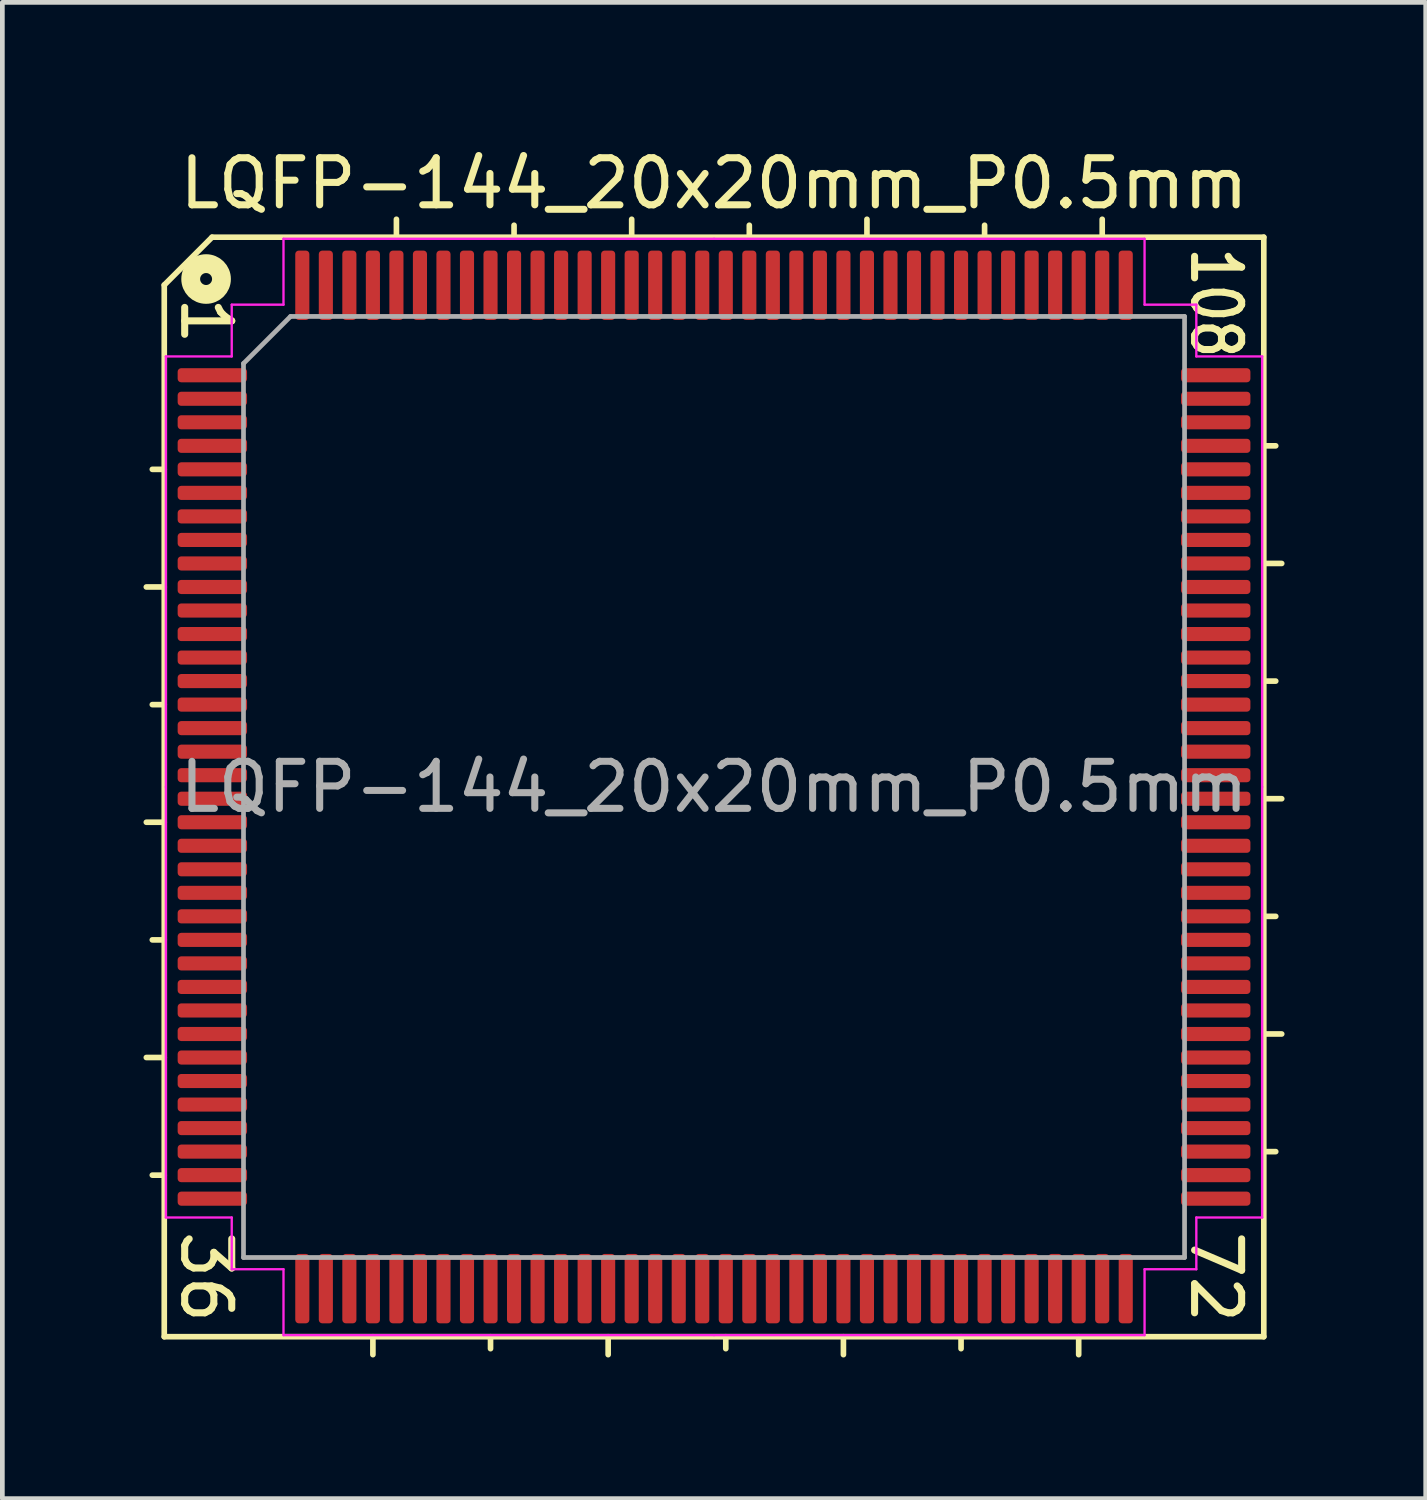
<source format=kicad_pcb>
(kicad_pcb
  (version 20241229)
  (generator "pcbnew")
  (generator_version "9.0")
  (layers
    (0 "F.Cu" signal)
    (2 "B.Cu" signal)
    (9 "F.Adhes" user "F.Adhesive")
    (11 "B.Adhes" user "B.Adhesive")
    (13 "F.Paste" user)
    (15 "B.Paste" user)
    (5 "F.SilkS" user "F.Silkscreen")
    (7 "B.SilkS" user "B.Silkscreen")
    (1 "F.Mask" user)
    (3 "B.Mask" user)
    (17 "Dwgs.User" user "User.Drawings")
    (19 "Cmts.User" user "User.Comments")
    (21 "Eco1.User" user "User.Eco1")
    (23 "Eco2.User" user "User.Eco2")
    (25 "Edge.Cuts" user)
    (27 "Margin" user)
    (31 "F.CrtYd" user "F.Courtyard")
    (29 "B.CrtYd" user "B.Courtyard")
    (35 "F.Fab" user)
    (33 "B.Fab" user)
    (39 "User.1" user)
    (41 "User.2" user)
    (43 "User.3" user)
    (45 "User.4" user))
  (footprint "LQFP-144_20x20mm_P0.5mm"
    (layer "F.Cu")
    (at 12.125 13.675)
    (property "Reference" "LQFP-144_20x20mm_P0.5mm" (at 0 -12.827 0) (layer "F.SilkS") (effects (font (size 1 1) (thickness 0.15))))
    (attr smd)
    (fp_line (start -11.684 -10.668) (end -11.684 11.684) (stroke (width 0.12) (type solid)) (layer "F.SilkS"))
    (fp_line (start -11.684 -6.75) (end -11.938 -6.75) (stroke (width 0.12) (type solid)) (layer "F.SilkS"))
    (fp_line (start -11.684 -4.25) (end -12.065 -4.25) (stroke (width 0.12) (type solid)) (layer "F.SilkS"))
    (fp_line (start -11.684 -1.75) (end -11.938 -1.75) (stroke (width 0.12) (type solid)) (layer "F.SilkS"))
    (fp_line (start -11.684 0.75) (end -12.065 0.75) (stroke (width 0.12) (type solid)) (layer "F.SilkS"))
    (fp_line (start -11.684 3.25) (end -11.938 3.25) (stroke (width 0.12) (type solid)) (layer "F.SilkS"))
    (fp_line (start -11.684 5.75) (end -12.065 5.75) (stroke (width 0.12) (type solid)) (layer "F.SilkS"))
    (fp_line (start -11.684 8.25) (end -11.938 8.25) (stroke (width 0.12) (type solid)) (layer "F.SilkS"))
    (fp_line (start -11.684 11.684) (end 11.684 11.684) (stroke (width 0.12) (type solid)) (layer "F.SilkS"))
    (fp_line (start -10.668 -11.684) (end -11.684 -10.668) (stroke (width 0.12) (type solid)) (layer "F.SilkS"))
    (fp_line (start -7.25 11.684) (end -7.25 12.065) (stroke (width 0.12) (type solid)) (layer "F.SilkS"))
    (fp_line (start -6.75 -11.684) (end -6.75 -12.065) (stroke (width 0.12) (type solid)) (layer "F.SilkS"))
    (fp_line (start -4.75 11.684) (end -4.75 11.938) (stroke (width 0.12) (type solid)) (layer "F.SilkS"))
    (fp_line (start -4.25 -11.684) (end -4.25 -11.938) (stroke (width 0.12) (type solid)) (layer "F.SilkS"))
    (fp_line (start -2.25 11.684) (end -2.25 12.065) (stroke (width 0.12) (type solid)) (layer "F.SilkS"))
    (fp_line (start -1.75 -11.684) (end -1.75 -12.065) (stroke (width 0.12) (type solid)) (layer "F.SilkS"))
    (fp_line (start 0.25 11.684) (end 0.25 11.938) (stroke (width 0.12) (type solid)) (layer "F.SilkS"))
    (fp_line (start 0.75 -11.684) (end 0.75 -11.938) (stroke (width 0.12) (type solid)) (layer "F.SilkS"))
    (fp_line (start 2.75 11.684) (end 2.75 12.065) (stroke (width 0.12) (type solid)) (layer "F.SilkS"))
    (fp_line (start 3.25 -11.684) (end 3.25 -12.065) (stroke (width 0.12) (type solid)) (layer "F.SilkS"))
    (fp_line (start 5.25 11.684) (end 5.25 11.938) (stroke (width 0.12) (type solid)) (layer "F.SilkS"))
    (fp_line (start 5.75 -11.684) (end 5.75 -11.938) (stroke (width 0.12) (type solid)) (layer "F.SilkS"))
    (fp_line (start 7.75 11.684) (end 7.75 12.065) (stroke (width 0.12) (type solid)) (layer "F.SilkS"))
    (fp_line (start 8.25 -11.684) (end 8.25 -12.065) (stroke (width 0.12) (type solid)) (layer "F.SilkS"))
    (fp_line (start 11.684 -11.684) (end -10.668 -11.684) (stroke (width 0.12) (type solid)) (layer "F.SilkS"))
    (fp_line (start 11.684 -7.25) (end 11.938 -7.25) (stroke (width 0.12) (type solid)) (layer "F.SilkS"))
    (fp_line (start 11.684 -4.75) (end 12.065 -4.75) (stroke (width 0.12) (type solid)) (layer "F.SilkS"))
    (fp_line (start 11.684 -2.25) (end 11.938 -2.25) (stroke (width 0.12) (type solid)) (layer "F.SilkS"))
    (fp_line (start 11.684 0.25) (end 12.065 0.25) (stroke (width 0.12) (type solid)) (layer "F.SilkS"))
    (fp_line (start 11.684 2.75) (end 11.938 2.75) (stroke (width 0.12) (type solid)) (layer "F.SilkS"))
    (fp_line (start 11.684 5.25) (end 12.065 5.25) (stroke (width 0.12) (type solid)) (layer "F.SilkS"))
    (fp_line (start 11.684 7.75) (end 11.938 7.75) (stroke (width 0.12) (type solid)) (layer "F.SilkS"))
    (fp_line (start 11.684 11.684) (end 11.684 -11.684) (stroke (width 0.12) (type solid)) (layer "F.SilkS"))
    (fp_circle (center -10.795 -10.795) (end -10.668 -10.795) (stroke (width 0.4) (type solid)) (fill no) (layer "F.SilkS"))
    (fp_line (start -11.65 -9.15) (end -11.65 0) (stroke (width 0.05) (type solid)) (layer "F.CrtYd"))
    (fp_line (start -11.65 9.15) (end -11.65 0) (stroke (width 0.05) (type solid)) (layer "F.CrtYd"))
    (fp_line (start -10.25 -10.25) (end -10.25 -9.15) (stroke (width 0.05) (type solid)) (layer "F.CrtYd"))
    (fp_line (start -10.25 -9.15) (end -11.65 -9.15) (stroke (width 0.05) (type solid)) (layer "F.CrtYd"))
    (fp_line (start -10.25 9.15) (end -11.65 9.15) (stroke (width 0.05) (type solid)) (layer "F.CrtYd"))
    (fp_line (start -10.25 10.25) (end -10.25 9.15) (stroke (width 0.05) (type solid)) (layer "F.CrtYd"))
    (fp_line (start -9.15 -11.65) (end -9.15 -10.25) (stroke (width 0.05) (type solid)) (layer "F.CrtYd"))
    (fp_line (start -9.15 -10.25) (end -10.25 -10.25) (stroke (width 0.05) (type solid)) (layer "F.CrtYd"))
    (fp_line (start -9.15 10.25) (end -10.25 10.25) (stroke (width 0.05) (type solid)) (layer "F.CrtYd"))
    (fp_line (start -9.15 11.65) (end -9.15 10.25) (stroke (width 0.05) (type solid)) (layer "F.CrtYd"))
    (fp_line (start 0 -11.65) (end -9.15 -11.65) (stroke (width 0.05) (type solid)) (layer "F.CrtYd"))
    (fp_line (start 0 -11.65) (end 9.15 -11.65) (stroke (width 0.05) (type solid)) (layer "F.CrtYd"))
    (fp_line (start 0 11.65) (end -9.15 11.65) (stroke (width 0.05) (type solid)) (layer "F.CrtYd"))
    (fp_line (start 0 11.65) (end 9.15 11.65) (stroke (width 0.05) (type solid)) (layer "F.CrtYd"))
    (fp_line (start 9.15 -11.65) (end 9.15 -10.25) (stroke (width 0.05) (type solid)) (layer "F.CrtYd"))
    (fp_line (start 9.15 -10.25) (end 10.25 -10.25) (stroke (width 0.05) (type solid)) (layer "F.CrtYd"))
    (fp_line (start 9.15 10.25) (end 10.25 10.25) (stroke (width 0.05) (type solid)) (layer "F.CrtYd"))
    (fp_line (start 9.15 11.65) (end 9.15 10.25) (stroke (width 0.05) (type solid)) (layer "F.CrtYd"))
    (fp_line (start 10.25 -10.25) (end 10.25 -9.15) (stroke (width 0.05) (type solid)) (layer "F.CrtYd"))
    (fp_line (start 10.25 -9.15) (end 11.65 -9.15) (stroke (width 0.05) (type solid)) (layer "F.CrtYd"))
    (fp_line (start 10.25 9.15) (end 11.65 9.15) (stroke (width 0.05) (type solid)) (layer "F.CrtYd"))
    (fp_line (start 10.25 10.25) (end 10.25 9.15) (stroke (width 0.05) (type solid)) (layer "F.CrtYd"))
    (fp_line (start 11.65 -9.15) (end 11.65 0) (stroke (width 0.05) (type solid)) (layer "F.CrtYd"))
    (fp_line (start 11.65 9.15) (end 11.65 0) (stroke (width 0.05) (type solid)) (layer "F.CrtYd"))
    (fp_line (start -10 -9) (end -9 -10) (stroke (width 0.1) (type solid)) (layer "F.Fab"))
    (fp_line (start -10 10) (end -10 -9) (stroke (width 0.1) (type solid)) (layer "F.Fab"))
    (fp_line (start -9 -10) (end 10 -10) (stroke (width 0.1) (type solid)) (layer "F.Fab"))
    (fp_line (start 10 -10) (end 10 10) (stroke (width 0.1) (type solid)) (layer "F.Fab"))
    (fp_line (start 10 10) (end -10 10) (stroke (width 0.1) (type solid)) (layer "F.Fab"))
    (fp_text user "36" (at -10.795 10.414 270) (unlocked yes) (layer "F.SilkS") (effects (font (size 1 1) (thickness 0.15))))
    (fp_text user "72" (at 10.668 10.414 270) (unlocked yes) (layer "F.SilkS") (effects (font (size 1 1) (thickness 0.15))))
    (fp_text user "108" (at 10.668 -10.287 270) (unlocked yes) (layer "F.SilkS") (effects (font (size 1 0.8) (thickness 0.15))))
    (fp_text user "1" (at -10.795 -9.906 270) (unlocked yes) (layer "F.SilkS") (effects (font (size 1 1) (thickness 0.15))))
    (fp_text user "${REFERENCE}" (at 0 0 0) (layer "F.Fab") (effects (font (size 1 1) (thickness 0.15))))
    (pad "1" smd roundrect (at -10.662 -8.75) (size 1.475 0.3) (layers "F.Cu" "F.Mask" "F.Paste") (roundrect_rratio 0.25))
    (pad "2" smd roundrect (at -10.662 -8.25) (size 1.475 0.3) (layers "F.Cu" "F.Mask" "F.Paste") (roundrect_rratio 0.25))
    (pad "3" smd roundrect (at -10.662 -7.75) (size 1.475 0.3) (layers "F.Cu" "F.Mask" "F.Paste") (roundrect_rratio 0.25))
    (pad "4" smd roundrect (at -10.662 -7.25) (size 1.475 0.3) (layers "F.Cu" "F.Mask" "F.Paste") (roundrect_rratio 0.25))
    (pad "5" smd roundrect (at -10.662 -6.75) (size 1.475 0.3) (layers "F.Cu" "F.Mask" "F.Paste") (roundrect_rratio 0.25))
    (pad "6" smd roundrect (at -10.662 -6.25) (size 1.475 0.3) (layers "F.Cu" "F.Mask" "F.Paste") (roundrect_rratio 0.25))
    (pad "7" smd roundrect (at -10.662 -5.75) (size 1.475 0.3) (layers "F.Cu" "F.Mask" "F.Paste") (roundrect_rratio 0.25))
    (pad "8" smd roundrect (at -10.662 -5.25) (size 1.475 0.3) (layers "F.Cu" "F.Mask" "F.Paste") (roundrect_rratio 0.25))
    (pad "9" smd roundrect (at -10.662 -4.75) (size 1.475 0.3) (layers "F.Cu" "F.Mask" "F.Paste") (roundrect_rratio 0.25))
    (pad "10" smd roundrect (at -10.662 -4.25) (size 1.475 0.3) (layers "F.Cu" "F.Mask" "F.Paste") (roundrect_rratio 0.25))
    (pad "11" smd roundrect (at -10.662 -3.75) (size 1.475 0.3) (layers "F.Cu" "F.Mask" "F.Paste") (roundrect_rratio 0.25))
    (pad "12" smd roundrect (at -10.662 -3.25) (size 1.475 0.3) (layers "F.Cu" "F.Mask" "F.Paste") (roundrect_rratio 0.25))
    (pad "13" smd roundrect (at -10.662 -2.75) (size 1.475 0.3) (layers "F.Cu" "F.Mask" "F.Paste") (roundrect_rratio 0.25))
    (pad "14" smd roundrect (at -10.662 -2.25) (size 1.475 0.3) (layers "F.Cu" "F.Mask" "F.Paste") (roundrect_rratio 0.25))
    (pad "15" smd roundrect (at -10.662 -1.75) (size 1.475 0.3) (layers "F.Cu" "F.Mask" "F.Paste") (roundrect_rratio 0.25))
    (pad "16" smd roundrect (at -10.662 -1.25) (size 1.475 0.3) (layers "F.Cu" "F.Mask" "F.Paste") (roundrect_rratio 0.25))
    (pad "17" smd roundrect (at -10.662 -0.75) (size 1.475 0.3) (layers "F.Cu" "F.Mask" "F.Paste") (roundrect_rratio 0.25))
    (pad "18" smd roundrect (at -10.662 -0.25) (size 1.475 0.3) (layers "F.Cu" "F.Mask" "F.Paste") (roundrect_rratio 0.25))
    (pad "19" smd roundrect (at -10.662 0.25) (size 1.475 0.3) (layers "F.Cu" "F.Mask" "F.Paste") (roundrect_rratio 0.25))
    (pad "20" smd roundrect (at -10.662 0.75) (size 1.475 0.3) (layers "F.Cu" "F.Mask" "F.Paste") (roundrect_rratio 0.25))
    (pad "21" smd roundrect (at -10.662 1.25) (size 1.475 0.3) (layers "F.Cu" "F.Mask" "F.Paste") (roundrect_rratio 0.25))
    (pad "22" smd roundrect (at -10.662 1.75) (size 1.475 0.3) (layers "F.Cu" "F.Mask" "F.Paste") (roundrect_rratio 0.25))
    (pad "23" smd roundrect (at -10.662 2.25) (size 1.475 0.3) (layers "F.Cu" "F.Mask" "F.Paste") (roundrect_rratio 0.25))
    (pad "24" smd roundrect (at -10.662 2.75) (size 1.475 0.3) (layers "F.Cu" "F.Mask" "F.Paste") (roundrect_rratio 0.25))
    (pad "25" smd roundrect (at -10.662 3.25) (size 1.475 0.3) (layers "F.Cu" "F.Mask" "F.Paste") (roundrect_rratio 0.25))
    (pad "26" smd roundrect (at -10.662 3.75) (size 1.475 0.3) (layers "F.Cu" "F.Mask" "F.Paste") (roundrect_rratio 0.25))
    (pad "27" smd roundrect (at -10.662 4.25) (size 1.475 0.3) (layers "F.Cu" "F.Mask" "F.Paste") (roundrect_rratio 0.25))
    (pad "28" smd roundrect (at -10.662 4.75) (size 1.475 0.3) (layers "F.Cu" "F.Mask" "F.Paste") (roundrect_rratio 0.25))
    (pad "29" smd roundrect (at -10.662 5.25) (size 1.475 0.3) (layers "F.Cu" "F.Mask" "F.Paste") (roundrect_rratio 0.25))
    (pad "30" smd roundrect (at -10.662 5.75) (size 1.475 0.3) (layers "F.Cu" "F.Mask" "F.Paste") (roundrect_rratio 0.25))
    (pad "31" smd roundrect (at -10.662 6.25) (size 1.475 0.3) (layers "F.Cu" "F.Mask" "F.Paste") (roundrect_rratio 0.25))
    (pad "32" smd roundrect (at -10.662 6.75) (size 1.475 0.3) (layers "F.Cu" "F.Mask" "F.Paste") (roundrect_rratio 0.25))
    (pad "33" smd roundrect (at -10.662 7.25) (size 1.475 0.3) (layers "F.Cu" "F.Mask" "F.Paste") (roundrect_rratio 0.25))
    (pad "34" smd roundrect (at -10.662 7.75) (size 1.475 0.3) (layers "F.Cu" "F.Mask" "F.Paste") (roundrect_rratio 0.25))
    (pad "35" smd roundrect (at -10.662 8.25) (size 1.475 0.3) (layers "F.Cu" "F.Mask" "F.Paste") (roundrect_rratio 0.25))
    (pad "36" smd roundrect (at -10.662 8.75) (size 1.475 0.3) (layers "F.Cu" "F.Mask" "F.Paste") (roundrect_rratio 0.25))
    (pad "37" smd roundrect (at -8.75 10.662) (size 0.3 1.475) (layers "F.Cu" "F.Mask" "F.Paste") (roundrect_rratio 0.25))
    (pad "38" smd roundrect (at -8.25 10.662) (size 0.3 1.475) (layers "F.Cu" "F.Mask" "F.Paste") (roundrect_rratio 0.25))
    (pad "39" smd roundrect (at -7.75 10.662) (size 0.3 1.475) (layers "F.Cu" "F.Mask" "F.Paste") (roundrect_rratio 0.25))
    (pad "40" smd roundrect (at -7.25 10.662) (size 0.3 1.475) (layers "F.Cu" "F.Mask" "F.Paste") (roundrect_rratio 0.25))
    (pad "41" smd roundrect (at -6.75 10.662) (size 0.3 1.475) (layers "F.Cu" "F.Mask" "F.Paste") (roundrect_rratio 0.25))
    (pad "42" smd roundrect (at -6.25 10.662) (size 0.3 1.475) (layers "F.Cu" "F.Mask" "F.Paste") (roundrect_rratio 0.25))
    (pad "43" smd roundrect (at -5.75 10.662) (size 0.3 1.475) (layers "F.Cu" "F.Mask" "F.Paste") (roundrect_rratio 0.25))
    (pad "44" smd roundrect (at -5.25 10.662) (size 0.3 1.475) (layers "F.Cu" "F.Mask" "F.Paste") (roundrect_rratio 0.25))
    (pad "45" smd roundrect (at -4.75 10.662) (size 0.3 1.475) (layers "F.Cu" "F.Mask" "F.Paste") (roundrect_rratio 0.25))
    (pad "46" smd roundrect (at -4.25 10.662) (size 0.3 1.475) (layers "F.Cu" "F.Mask" "F.Paste") (roundrect_rratio 0.25))
    (pad "47" smd roundrect (at -3.75 10.662) (size 0.3 1.475) (layers "F.Cu" "F.Mask" "F.Paste") (roundrect_rratio 0.25))
    (pad "48" smd roundrect (at -3.25 10.662) (size 0.3 1.475) (layers "F.Cu" "F.Mask" "F.Paste") (roundrect_rratio 0.25))
    (pad "49" smd roundrect (at -2.75 10.662) (size 0.3 1.475) (layers "F.Cu" "F.Mask" "F.Paste") (roundrect_rratio 0.25))
    (pad "50" smd roundrect (at -2.25 10.662) (size 0.3 1.475) (layers "F.Cu" "F.Mask" "F.Paste") (roundrect_rratio 0.25))
    (pad "51" smd roundrect (at -1.75 10.662) (size 0.3 1.475) (layers "F.Cu" "F.Mask" "F.Paste") (roundrect_rratio 0.25))
    (pad "52" smd roundrect (at -1.25 10.662) (size 0.3 1.475) (layers "F.Cu" "F.Mask" "F.Paste") (roundrect_rratio 0.25))
    (pad "53" smd roundrect (at -0.75 10.662) (size 0.3 1.475) (layers "F.Cu" "F.Mask" "F.Paste") (roundrect_rratio 0.25))
    (pad "54" smd roundrect (at -0.25 10.662) (size 0.3 1.475) (layers "F.Cu" "F.Mask" "F.Paste") (roundrect_rratio 0.25))
    (pad "55" smd roundrect (at 0.25 10.662) (size 0.3 1.475) (layers "F.Cu" "F.Mask" "F.Paste") (roundrect_rratio 0.25))
    (pad "56" smd roundrect (at 0.75 10.662) (size 0.3 1.475) (layers "F.Cu" "F.Mask" "F.Paste") (roundrect_rratio 0.25))
    (pad "57" smd roundrect (at 1.25 10.662) (size 0.3 1.475) (layers "F.Cu" "F.Mask" "F.Paste") (roundrect_rratio 0.25))
    (pad "58" smd roundrect (at 1.75 10.662) (size 0.3 1.475) (layers "F.Cu" "F.Mask" "F.Paste") (roundrect_rratio 0.25))
    (pad "59" smd roundrect (at 2.25 10.662) (size 0.3 1.475) (layers "F.Cu" "F.Mask" "F.Paste") (roundrect_rratio 0.25))
    (pad "60" smd roundrect (at 2.75 10.662) (size 0.3 1.475) (layers "F.Cu" "F.Mask" "F.Paste") (roundrect_rratio 0.25))
    (pad "61" smd roundrect (at 3.25 10.662) (size 0.3 1.475) (layers "F.Cu" "F.Mask" "F.Paste") (roundrect_rratio 0.25))
    (pad "62" smd roundrect (at 3.75 10.662) (size 0.3 1.475) (layers "F.Cu" "F.Mask" "F.Paste") (roundrect_rratio 0.25))
    (pad "63" smd roundrect (at 4.25 10.662) (size 0.3 1.475) (layers "F.Cu" "F.Mask" "F.Paste") (roundrect_rratio 0.25))
    (pad "64" smd roundrect (at 4.75 10.662) (size 0.3 1.475) (layers "F.Cu" "F.Mask" "F.Paste") (roundrect_rratio 0.25))
    (pad "65" smd roundrect (at 5.25 10.662) (size 0.3 1.475) (layers "F.Cu" "F.Mask" "F.Paste") (roundrect_rratio 0.25))
    (pad "66" smd roundrect (at 5.75 10.662) (size 0.3 1.475) (layers "F.Cu" "F.Mask" "F.Paste") (roundrect_rratio 0.25))
    (pad "67" smd roundrect (at 6.25 10.662) (size 0.3 1.475) (layers "F.Cu" "F.Mask" "F.Paste") (roundrect_rratio 0.25))
    (pad "68" smd roundrect (at 6.75 10.662) (size 0.3 1.475) (layers "F.Cu" "F.Mask" "F.Paste") (roundrect_rratio 0.25))
    (pad "69" smd roundrect (at 7.25 10.662) (size 0.3 1.475) (layers "F.Cu" "F.Mask" "F.Paste") (roundrect_rratio 0.25))
    (pad "70" smd roundrect (at 7.75 10.662) (size 0.3 1.475) (layers "F.Cu" "F.Mask" "F.Paste") (roundrect_rratio 0.25))
    (pad "71" smd roundrect (at 8.25 10.662) (size 0.3 1.475) (layers "F.Cu" "F.Mask" "F.Paste") (roundrect_rratio 0.25))
    (pad "72" smd roundrect (at 8.75 10.662) (size 0.3 1.475) (layers "F.Cu" "F.Mask" "F.Paste") (roundrect_rratio 0.25))
    (pad "73" smd roundrect (at 10.662 8.75) (size 1.475 0.3) (layers "F.Cu" "F.Mask" "F.Paste") (roundrect_rratio 0.25))
    (pad "74" smd roundrect (at 10.662 8.25) (size 1.475 0.3) (layers "F.Cu" "F.Mask" "F.Paste") (roundrect_rratio 0.25))
    (pad "75" smd roundrect (at 10.662 7.75) (size 1.475 0.3) (layers "F.Cu" "F.Mask" "F.Paste") (roundrect_rratio 0.25))
    (pad "76" smd roundrect (at 10.662 7.25) (size 1.475 0.3) (layers "F.Cu" "F.Mask" "F.Paste") (roundrect_rratio 0.25))
    (pad "77" smd roundrect (at 10.662 6.75) (size 1.475 0.3) (layers "F.Cu" "F.Mask" "F.Paste") (roundrect_rratio 0.25))
    (pad "78" smd roundrect (at 10.662 6.25) (size 1.475 0.3) (layers "F.Cu" "F.Mask" "F.Paste") (roundrect_rratio 0.25))
    (pad "79" smd roundrect (at 10.662 5.75) (size 1.475 0.3) (layers "F.Cu" "F.Mask" "F.Paste") (roundrect_rratio 0.25))
    (pad "80" smd roundrect (at 10.662 5.25) (size 1.475 0.3) (layers "F.Cu" "F.Mask" "F.Paste") (roundrect_rratio 0.25))
    (pad "81" smd roundrect (at 10.662 4.75) (size 1.475 0.3) (layers "F.Cu" "F.Mask" "F.Paste") (roundrect_rratio 0.25))
    (pad "82" smd roundrect (at 10.662 4.25) (size 1.475 0.3) (layers "F.Cu" "F.Mask" "F.Paste") (roundrect_rratio 0.25))
    (pad "83" smd roundrect (at 10.662 3.75) (size 1.475 0.3) (layers "F.Cu" "F.Mask" "F.Paste") (roundrect_rratio 0.25))
    (pad "84" smd roundrect (at 10.662 3.25) (size 1.475 0.3) (layers "F.Cu" "F.Mask" "F.Paste") (roundrect_rratio 0.25))
    (pad "85" smd roundrect (at 10.662 2.75) (size 1.475 0.3) (layers "F.Cu" "F.Mask" "F.Paste") (roundrect_rratio 0.25))
    (pad "86" smd roundrect (at 10.662 2.25) (size 1.475 0.3) (layers "F.Cu" "F.Mask" "F.Paste") (roundrect_rratio 0.25))
    (pad "87" smd roundrect (at 10.662 1.75) (size 1.475 0.3) (layers "F.Cu" "F.Mask" "F.Paste") (roundrect_rratio 0.25))
    (pad "88" smd roundrect (at 10.662 1.25) (size 1.475 0.3) (layers "F.Cu" "F.Mask" "F.Paste") (roundrect_rratio 0.25))
    (pad "89" smd roundrect (at 10.662 0.75) (size 1.475 0.3) (layers "F.Cu" "F.Mask" "F.Paste") (roundrect_rratio 0.25))
    (pad "90" smd roundrect (at 10.662 0.25) (size 1.475 0.3) (layers "F.Cu" "F.Mask" "F.Paste") (roundrect_rratio 0.25))
    (pad "91" smd roundrect (at 10.662 -0.25) (size 1.475 0.3) (layers "F.Cu" "F.Mask" "F.Paste") (roundrect_rratio 0.25))
    (pad "92" smd roundrect (at 10.662 -0.75) (size 1.475 0.3) (layers "F.Cu" "F.Mask" "F.Paste") (roundrect_rratio 0.25))
    (pad "93" smd roundrect (at 10.662 -1.25) (size 1.475 0.3) (layers "F.Cu" "F.Mask" "F.Paste") (roundrect_rratio 0.25))
    (pad "94" smd roundrect (at 10.662 -1.75) (size 1.475 0.3) (layers "F.Cu" "F.Mask" "F.Paste") (roundrect_rratio 0.25))
    (pad "95" smd roundrect (at 10.662 -2.25) (size 1.475 0.3) (layers "F.Cu" "F.Mask" "F.Paste") (roundrect_rratio 0.25))
    (pad "96" smd roundrect (at 10.662 -2.75) (size 1.475 0.3) (layers "F.Cu" "F.Mask" "F.Paste") (roundrect_rratio 0.25))
    (pad "97" smd roundrect (at 10.662 -3.25) (size 1.475 0.3) (layers "F.Cu" "F.Mask" "F.Paste") (roundrect_rratio 0.25))
    (pad "98" smd roundrect (at 10.662 -3.75) (size 1.475 0.3) (layers "F.Cu" "F.Mask" "F.Paste") (roundrect_rratio 0.25))
    (pad "99" smd roundrect (at 10.662 -4.25) (size 1.475 0.3) (layers "F.Cu" "F.Mask" "F.Paste") (roundrect_rratio 0.25))
    (pad "100" smd roundrect (at 10.662 -4.75) (size 1.475 0.3) (layers "F.Cu" "F.Mask" "F.Paste") (roundrect_rratio 0.25))
    (pad "101" smd roundrect (at 10.662 -5.25) (size 1.475 0.3) (layers "F.Cu" "F.Mask" "F.Paste") (roundrect_rratio 0.25))
    (pad "102" smd roundrect (at 10.662 -5.75) (size 1.475 0.3) (layers "F.Cu" "F.Mask" "F.Paste") (roundrect_rratio 0.25))
    (pad "103" smd roundrect (at 10.662 -6.25) (size 1.475 0.3) (layers "F.Cu" "F.Mask" "F.Paste") (roundrect_rratio 0.25))
    (pad "104" smd roundrect (at 10.662 -6.75) (size 1.475 0.3) (layers "F.Cu" "F.Mask" "F.Paste") (roundrect_rratio 0.25))
    (pad "105" smd roundrect (at 10.662 -7.25) (size 1.475 0.3) (layers "F.Cu" "F.Mask" "F.Paste") (roundrect_rratio 0.25))
    (pad "106" smd roundrect (at 10.662 -7.75) (size 1.475 0.3) (layers "F.Cu" "F.Mask" "F.Paste") (roundrect_rratio 0.25))
    (pad "107" smd roundrect (at 10.662 -8.25) (size 1.475 0.3) (layers "F.Cu" "F.Mask" "F.Paste") (roundrect_rratio 0.25))
    (pad "108" smd roundrect (at 10.662 -8.75) (size 1.475 0.3) (layers "F.Cu" "F.Mask" "F.Paste") (roundrect_rratio 0.25))
    (pad "109" smd roundrect (at 8.75 -10.662) (size 0.3 1.475) (layers "F.Cu" "F.Mask" "F.Paste") (roundrect_rratio 0.25))
    (pad "110" smd roundrect (at 8.25 -10.662) (size 0.3 1.475) (layers "F.Cu" "F.Mask" "F.Paste") (roundrect_rratio 0.25))
    (pad "111" smd roundrect (at 7.75 -10.662) (size 0.3 1.475) (layers "F.Cu" "F.Mask" "F.Paste") (roundrect_rratio 0.25))
    (pad "112" smd roundrect (at 7.25 -10.662) (size 0.3 1.475) (layers "F.Cu" "F.Mask" "F.Paste") (roundrect_rratio 0.25))
    (pad "113" smd roundrect (at 6.75 -10.662) (size 0.3 1.475) (layers "F.Cu" "F.Mask" "F.Paste") (roundrect_rratio 0.25))
    (pad "114" smd roundrect (at 6.25 -10.662) (size 0.3 1.475) (layers "F.Cu" "F.Mask" "F.Paste") (roundrect_rratio 0.25))
    (pad "115" smd roundrect (at 5.75 -10.662) (size 0.3 1.475) (layers "F.Cu" "F.Mask" "F.Paste") (roundrect_rratio 0.25))
    (pad "116" smd roundrect (at 5.25 -10.662) (size 0.3 1.475) (layers "F.Cu" "F.Mask" "F.Paste") (roundrect_rratio 0.25))
    (pad "117" smd roundrect (at 4.75 -10.662) (size 0.3 1.475) (layers "F.Cu" "F.Mask" "F.Paste") (roundrect_rratio 0.25))
    (pad "118" smd roundrect (at 4.25 -10.662) (size 0.3 1.475) (layers "F.Cu" "F.Mask" "F.Paste") (roundrect_rratio 0.25))
    (pad "119" smd roundrect (at 3.75 -10.662) (size 0.3 1.475) (layers "F.Cu" "F.Mask" "F.Paste") (roundrect_rratio 0.25))
    (pad "120" smd roundrect (at 3.25 -10.662) (size 0.3 1.475) (layers "F.Cu" "F.Mask" "F.Paste") (roundrect_rratio 0.25))
    (pad "121" smd roundrect (at 2.75 -10.662) (size 0.3 1.475) (layers "F.Cu" "F.Mask" "F.Paste") (roundrect_rratio 0.25))
    (pad "122" smd roundrect (at 2.25 -10.662) (size 0.3 1.475) (layers "F.Cu" "F.Mask" "F.Paste") (roundrect_rratio 0.25))
    (pad "123" smd roundrect (at 1.75 -10.662) (size 0.3 1.475) (layers "F.Cu" "F.Mask" "F.Paste") (roundrect_rratio 0.25))
    (pad "124" smd roundrect (at 1.25 -10.662) (size 0.3 1.475) (layers "F.Cu" "F.Mask" "F.Paste") (roundrect_rratio 0.25))
    (pad "125" smd roundrect (at 0.75 -10.662) (size 0.3 1.475) (layers "F.Cu" "F.Mask" "F.Paste") (roundrect_rratio 0.25))
    (pad "126" smd roundrect (at 0.25 -10.662) (size 0.3 1.475) (layers "F.Cu" "F.Mask" "F.Paste") (roundrect_rratio 0.25))
    (pad "127" smd roundrect (at -0.25 -10.662) (size 0.3 1.475) (layers "F.Cu" "F.Mask" "F.Paste") (roundrect_rratio 0.25))
    (pad "128" smd roundrect (at -0.75 -10.662) (size 0.3 1.475) (layers "F.Cu" "F.Mask" "F.Paste") (roundrect_rratio 0.25))
    (pad "129" smd roundrect (at -1.25 -10.662) (size 0.3 1.475) (layers "F.Cu" "F.Mask" "F.Paste") (roundrect_rratio 0.25))
    (pad "130" smd roundrect (at -1.75 -10.662) (size 0.3 1.475) (layers "F.Cu" "F.Mask" "F.Paste") (roundrect_rratio 0.25))
    (pad "131" smd roundrect (at -2.25 -10.662) (size 0.3 1.475) (layers "F.Cu" "F.Mask" "F.Paste") (roundrect_rratio 0.25))
    (pad "132" smd roundrect (at -2.75 -10.662) (size 0.3 1.475) (layers "F.Cu" "F.Mask" "F.Paste") (roundrect_rratio 0.25))
    (pad "133" smd roundrect (at -3.25 -10.662) (size 0.3 1.475) (layers "F.Cu" "F.Mask" "F.Paste") (roundrect_rratio 0.25))
    (pad "134" smd roundrect (at -3.75 -10.662) (size 0.3 1.475) (layers "F.Cu" "F.Mask" "F.Paste") (roundrect_rratio 0.25))
    (pad "135" smd roundrect (at -4.25 -10.662) (size 0.3 1.475) (layers "F.Cu" "F.Mask" "F.Paste") (roundrect_rratio 0.25))
    (pad "136" smd roundrect (at -4.75 -10.662) (size 0.3 1.475) (layers "F.Cu" "F.Mask" "F.Paste") (roundrect_rratio 0.25))
    (pad "137" smd roundrect (at -5.25 -10.662) (size 0.3 1.475) (layers "F.Cu" "F.Mask" "F.Paste") (roundrect_rratio 0.25))
    (pad "138" smd roundrect (at -5.75 -10.662) (size 0.3 1.475) (layers "F.Cu" "F.Mask" "F.Paste") (roundrect_rratio 0.25))
    (pad "139" smd roundrect (at -6.25 -10.662) (size 0.3 1.475) (layers "F.Cu" "F.Mask" "F.Paste") (roundrect_rratio 0.25))
    (pad "140" smd roundrect (at -6.75 -10.662) (size 0.3 1.475) (layers "F.Cu" "F.Mask" "F.Paste") (roundrect_rratio 0.25))
    (pad "141" smd roundrect (at -7.25 -10.662) (size 0.3 1.475) (layers "F.Cu" "F.Mask" "F.Paste") (roundrect_rratio 0.25))
    (pad "142" smd roundrect (at -7.75 -10.662) (size 0.3 1.475) (layers "F.Cu" "F.Mask" "F.Paste") (roundrect_rratio 0.25))
    (pad "143" smd roundrect (at -8.25 -10.662) (size 0.3 1.475) (layers "F.Cu" "F.Mask" "F.Paste") (roundrect_rratio 0.25))
    (pad "144" smd roundrect (at -8.75 -10.662) (size 0.3 1.475) (layers "F.Cu" "F.Mask" "F.Paste") (roundrect_rratio 0.25)))
  (gr_rect
    (start -3 -3)
    (end 27.25 28.8)
    (stroke (width 0.1) (type default))
    (fill no)
    (layer "Edge.Cuts")))
</source>
